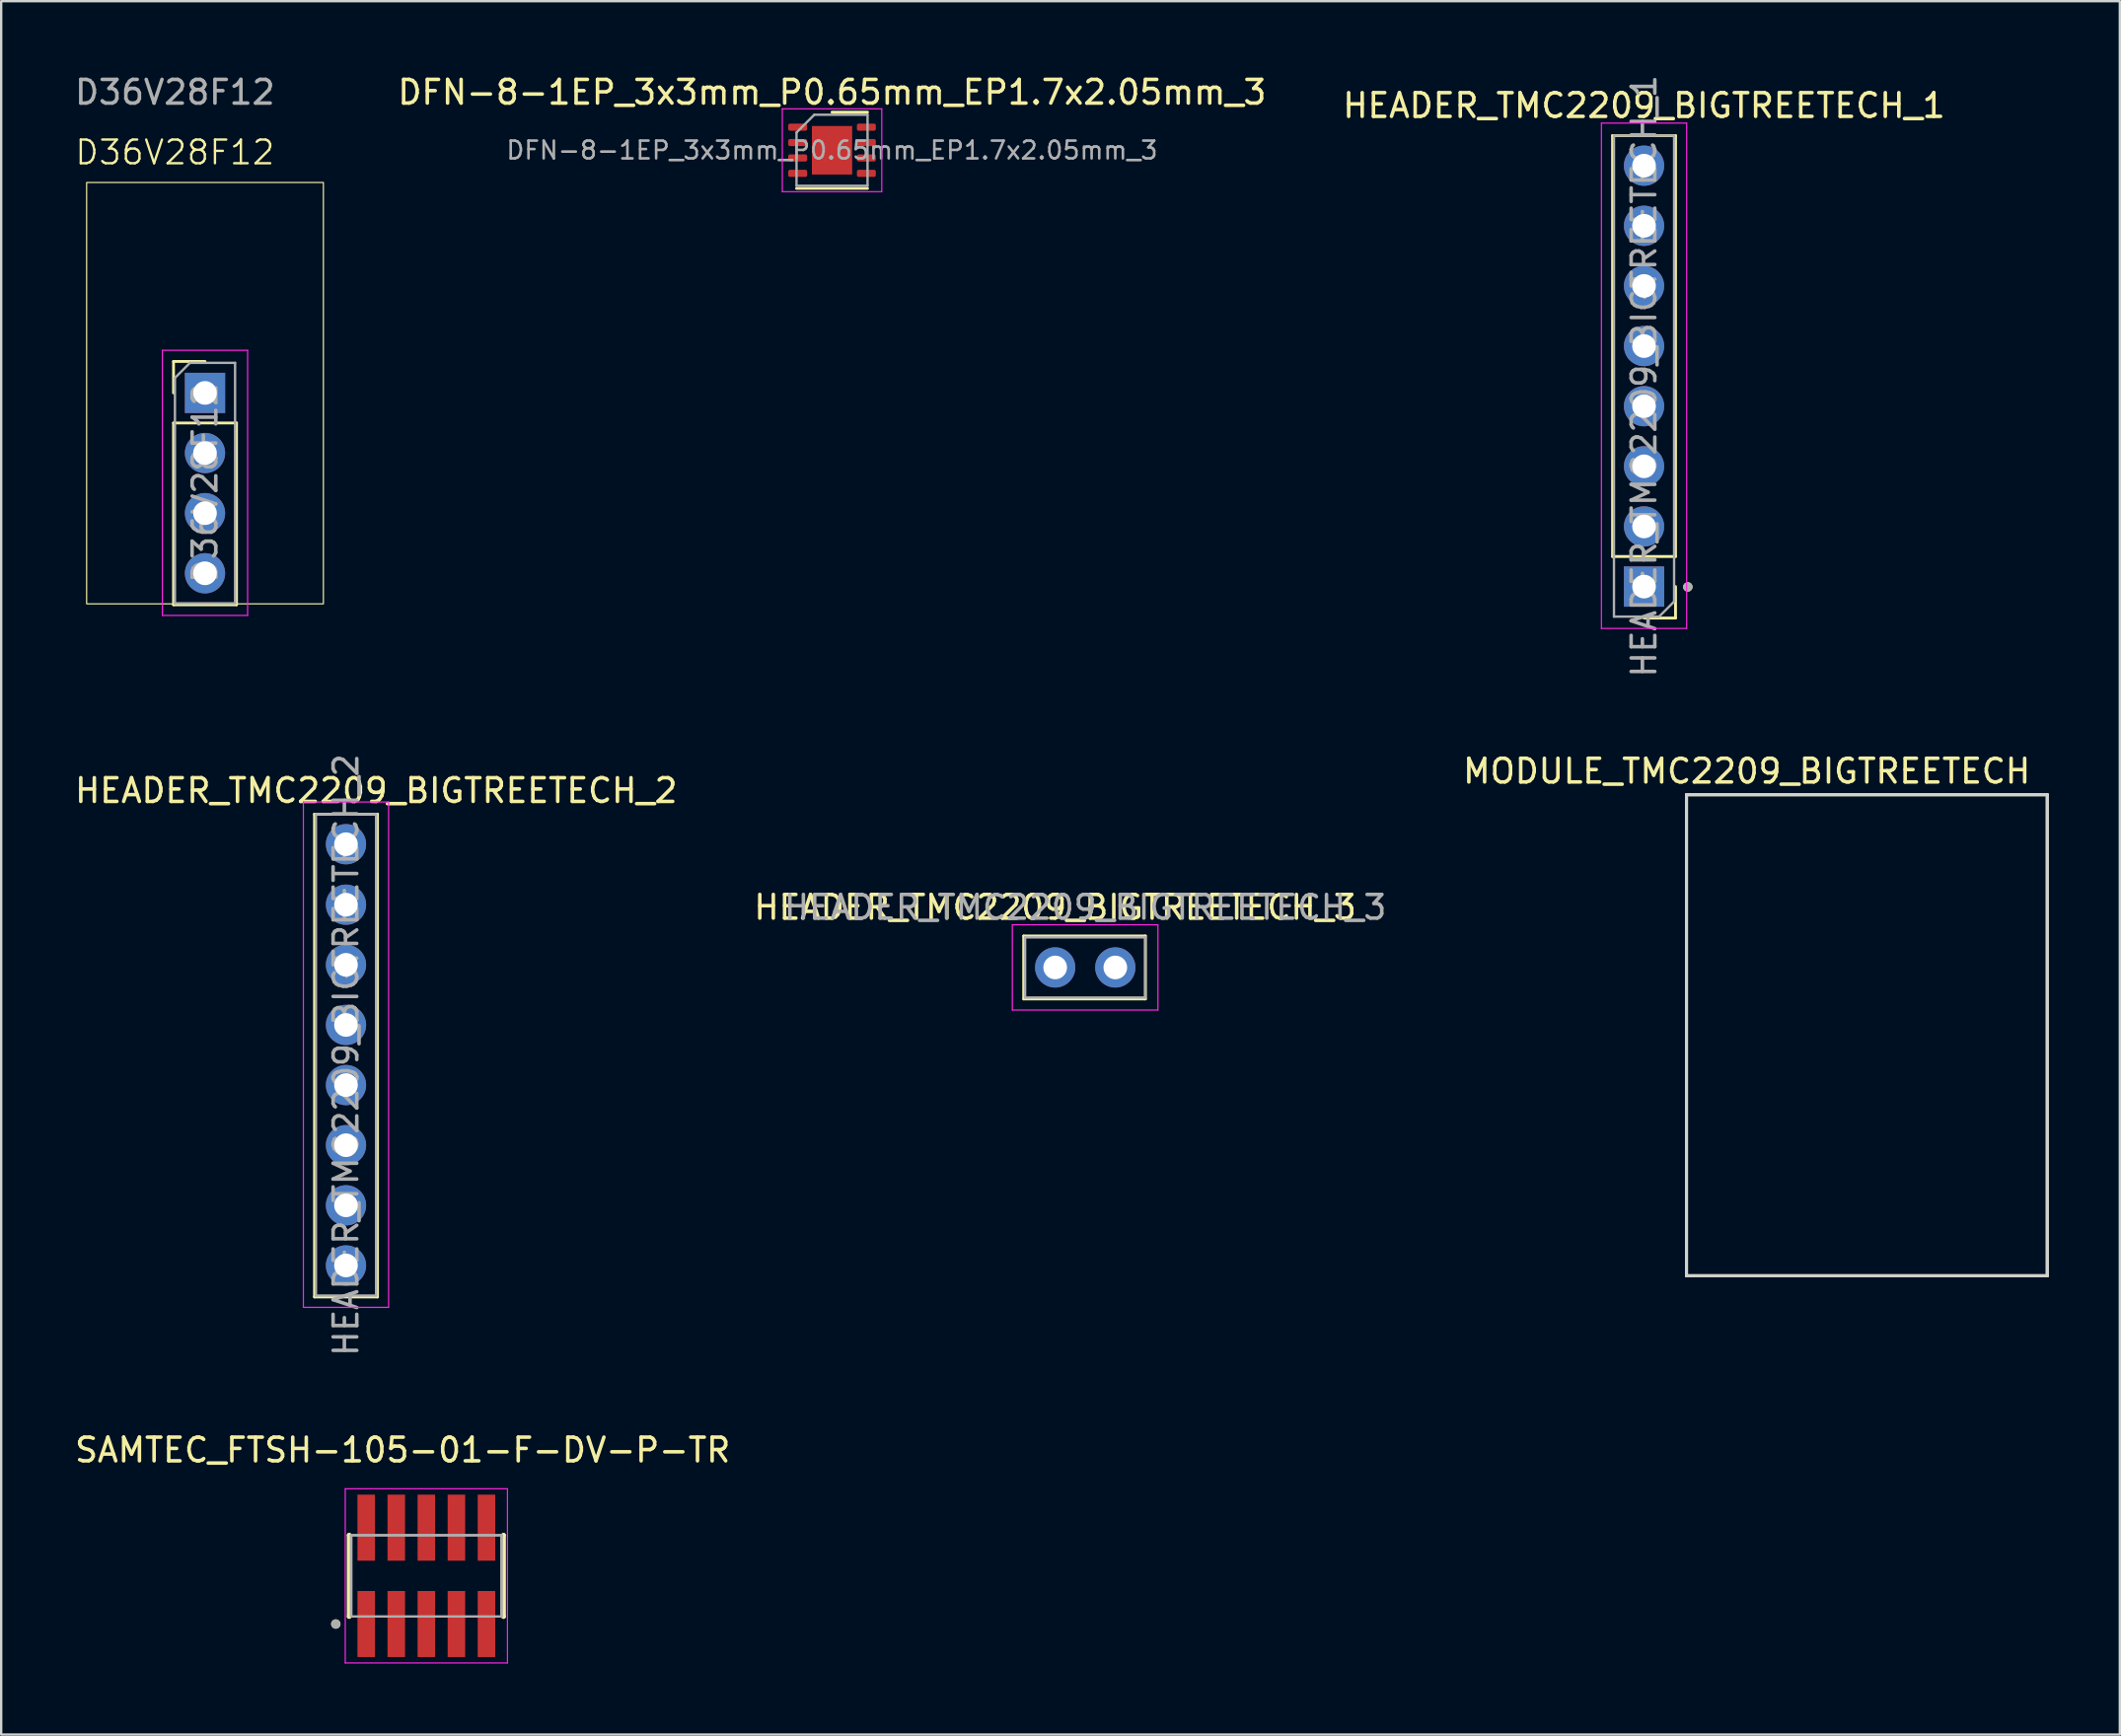
<source format=kicad_pcb>
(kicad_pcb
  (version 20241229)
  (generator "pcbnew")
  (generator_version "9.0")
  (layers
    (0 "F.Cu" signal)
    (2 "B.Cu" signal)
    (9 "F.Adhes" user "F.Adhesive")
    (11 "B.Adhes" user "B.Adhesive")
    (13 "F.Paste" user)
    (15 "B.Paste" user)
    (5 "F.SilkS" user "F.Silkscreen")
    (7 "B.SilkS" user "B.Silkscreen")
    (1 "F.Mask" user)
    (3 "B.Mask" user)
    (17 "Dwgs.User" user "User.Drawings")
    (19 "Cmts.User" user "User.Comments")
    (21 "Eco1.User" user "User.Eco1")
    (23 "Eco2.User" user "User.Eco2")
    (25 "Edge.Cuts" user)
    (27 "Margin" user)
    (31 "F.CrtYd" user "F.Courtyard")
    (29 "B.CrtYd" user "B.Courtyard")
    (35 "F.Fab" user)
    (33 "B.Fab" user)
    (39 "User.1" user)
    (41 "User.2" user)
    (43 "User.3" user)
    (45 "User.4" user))
  (footprint "HEADER_TMC2209_BIGTREETECH_1"
    (layer "F.Cu")
    (at 60.04 12.839)
    (property "Reference" "HEADER_TMC2209_BIGTREETECH_1" (at 6.35 -11.43 0) (layer "F.SilkS") (effects (font (size 1 1) (thickness 0.15))))
    (attr through_hole)
    (fp_line (start 5.02 -10.16) (end 5.02 7.62) (stroke (width 0.12) (type solid)) (layer "F.SilkS"))
    (fp_line (start 5.02 -10.16) (end 7.68 -10.16) (stroke (width 0.12) (type solid)) (layer "F.SilkS"))
    (fp_line (start 5.02 7.62) (end 7.68 7.62) (stroke (width 0.12) (type solid)) (layer "F.SilkS"))
    (fp_line (start 7.68 -10.16) (end 7.68 7.62) (stroke (width 0.12) (type solid)) (layer "F.SilkS"))
    (fp_line (start 7.68 8.89) (end 7.68 10.22) (stroke (width 0.12) (type solid)) (layer "F.SilkS"))
    (fp_line (start 7.68 10.22) (end 6.35 10.22) (stroke (width 0.12) (type solid)) (layer "F.SilkS"))
    (fp_circle (center 8.2 8.905) (end 8.1 8.905) (stroke (width 0.2) (type solid)) (fill no) (layer "F.SilkS"))
    (fp_line (start 4.55 -10.69) (end 4.55 10.66) (stroke (width 0.05) (type solid)) (layer "F.CrtYd"))
    (fp_line (start 4.55 10.66) (end 8.15 10.66) (stroke (width 0.05) (type solid)) (layer "F.CrtYd"))
    (fp_line (start 8.15 -10.69) (end 4.55 -10.69) (stroke (width 0.05) (type solid)) (layer "F.CrtYd"))
    (fp_line (start 8.15 10.66) (end 8.15 -10.69) (stroke (width 0.05) (type solid)) (layer "F.CrtYd"))
    (fp_line (start 5.08 -10.16) (end 7.62 -10.16) (stroke (width 0.1) (type solid)) (layer "F.Fab"))
    (fp_line (start 5.08 10.16) (end 5.08 -10.16) (stroke (width 0.1) (type solid)) (layer "F.Fab"))
    (fp_line (start 6.985 10.16) (end 5.08 10.16) (stroke (width 0.1) (type solid)) (layer "F.Fab"))
    (fp_line (start 7.62 -10.16) (end 7.62 9.525) (stroke (width 0.1) (type solid)) (layer "F.Fab"))
    (fp_line (start 7.62 9.525) (end 6.985 10.16) (stroke (width 0.1) (type solid)) (layer "F.Fab"))
    (fp_circle (center 8.2 8.905) (end 8.1 8.905) (stroke (width 0.2) (type solid)) (fill no) (layer "F.Fab"))
    (fp_text user "${REFERENCE}" (at 6.35 0 90) (layer "F.Fab") (effects (font (size 1 1) (thickness 0.15))))
    (pad "1" thru_hole rect (at 6.35 8.89 180) (size 1.7 1.7) (drill 1) (layers "*.Cu" "*.Mask"))
    (pad "2" thru_hole oval (at 6.35 6.35) (size 1.7 1.7) (drill 1) (layers "*.Cu" "*.Mask"))
    (pad "3" thru_hole oval (at 6.35 3.81) (size 1.7 1.7) (drill 1) (layers "*.Cu" "*.Mask"))
    (pad "4" thru_hole oval (at 6.35 1.27) (size 1.7 1.7) (drill 1) (layers "*.Cu" "*.Mask"))
    (pad "5" thru_hole oval (at 6.35 -1.27) (size 1.7 1.7) (drill 1) (layers "*.Cu" "*.Mask"))
    (pad "6" thru_hole oval (at 6.35 -3.81) (size 1.7 1.7) (drill 1) (layers "*.Cu" "*.Mask"))
    (pad "7" thru_hole oval (at 6.35 -6.35) (size 1.7 1.7) (drill 1) (layers "*.Cu" "*.Mask"))
    (pad "8" thru_hole oval (at 6.35 -8.89) (size 1.7 1.7) (drill 1) (layers "*.Cu" "*.Mask")))
  (footprint "MODULE_TMC2209_BIGTREETECH"
    (layer "F.Cu")
    (at 75.803 40.682)
    (property "Reference" "MODULE_TMC2209_BIGTREETECH" (at -5.075 -11.155 0) (layer "F.SilkS") (effects (font (size 1 1) (thickness 0.15))))
    (attr through_hole)
    (fp_line (start -7.62 -10.16) (end 7.62 -10.16) (stroke (width 0.127) (type solid)) (layer "F.SilkS"))
    (fp_line (start -7.62 10.16) (end -7.62 -10.16) (stroke (width 0.127) (type solid)) (layer "F.SilkS"))
    (fp_line (start 7.62 -10.16) (end 7.62 10.16) (stroke (width 0.127) (type solid)) (layer "F.SilkS"))
    (fp_line (start 7.62 10.16) (end -7.62 10.16) (stroke (width 0.127) (type solid)) (layer "F.SilkS"))
    (fp_line (start -7.62 -10.16) (end 7.62 -10.16) (stroke (width 0.127) (type solid)) (layer "Edge.Cuts"))
    (fp_line (start -7.62 10.16) (end -7.62 -10.16) (stroke (width 0.127) (type solid)) (layer "Edge.Cuts"))
    (fp_line (start 7.62 -10.16) (end 7.62 10.16) (stroke (width 0.127) (type solid)) (layer "Edge.Cuts"))
    (fp_line (start 7.62 10.16) (end -7.62 10.16) (stroke (width 0.127) (type solid)) (layer "Edge.Cuts"))
    (fp_line (start -7.62 -10.16) (end 7.62 -10.16) (stroke (width 0.127) (type solid)) (layer "F.Fab"))
    (fp_line (start -7.62 10.16) (end -7.62 -10.16) (stroke (width 0.127) (type solid)) (layer "F.Fab"))
    (fp_line (start 7.62 -10.16) (end 7.62 10.16) (stroke (width 0.127) (type solid)) (layer "F.Fab"))
    (fp_line (start 7.62 10.16) (end -7.62 10.16) (stroke (width 0.127) (type solid)) (layer "F.Fab")))
  (footprint "HEADER_TMC2209_BIGTREETECH_2"
    (layer "F.Cu")
    (at 17.914 41.503)
    (property "Reference" "HEADER_TMC2209_BIGTREETECH_2" (at -5.075 -11.155 0) (layer "F.SilkS") (effects (font (size 1 1) (thickness 0.15))))
    (attr through_hole)
    (fp_line (start -7.68 -10.16) (end -7.68 10.235) (stroke (width 0.12) (type solid)) (layer "F.SilkS"))
    (fp_line (start -7.68 -10.16) (end -5.02 -10.16) (stroke (width 0.12) (type solid)) (layer "F.SilkS"))
    (fp_line (start -7.68 10.235) (end -5.02 10.235) (stroke (width 0.12) (type solid)) (layer "F.SilkS"))
    (fp_line (start -5.02 -10.16) (end -5.02 10.235) (stroke (width 0.12) (type solid)) (layer "F.SilkS"))
    (fp_line (start -8.15 -10.675) (end -8.15 10.675) (stroke (width 0.05) (type solid)) (layer "F.CrtYd"))
    (fp_line (start -8.15 10.675) (end -4.55 10.675) (stroke (width 0.05) (type solid)) (layer "F.CrtYd"))
    (fp_line (start -4.55 -10.675) (end -8.15 -10.675) (stroke (width 0.05) (type solid)) (layer "F.CrtYd"))
    (fp_line (start -4.55 10.675) (end -4.55 -10.675) (stroke (width 0.05) (type solid)) (layer "F.CrtYd"))
    (fp_line (start -7.62 -10.16) (end -5.08 -10.16) (stroke (width 0.1) (type solid)) (layer "F.Fab"))
    (fp_line (start -7.62 10.175) (end -7.62 -10.16) (stroke (width 0.1) (type solid)) (layer "F.Fab"))
    (fp_line (start -5.08 -10.145) (end -5.08 10.175) (stroke (width 0.1) (type solid)) (layer "F.Fab"))
    (fp_line (start -5.08 10.175) (end -7.62 10.175) (stroke (width 0.1) (type solid)) (layer "F.Fab"))
    (fp_text user "${REFERENCE}" (at -6.35 0.015 90) (layer "F.Fab") (effects (font (size 1 1) (thickness 0.15))))
    (pad "9" thru_hole oval (at -6.35 8.905) (size 1.7 1.7) (drill 1) (layers "*.Cu" "*.Mask"))
    (pad "10" thru_hole oval (at -6.35 6.365) (size 1.7 1.7) (drill 1) (layers "*.Cu" "*.Mask"))
    (pad "11" thru_hole oval (at -6.35 3.825) (size 1.7 1.7) (drill 1) (layers "*.Cu" "*.Mask"))
    (pad "12" thru_hole oval (at -6.35 1.285) (size 1.7 1.7) (drill 1) (layers "*.Cu" "*.Mask"))
    (pad "13" thru_hole oval (at -6.35 -1.255) (size 1.7 1.7) (drill 1) (layers "*.Cu" "*.Mask"))
    (pad "14" thru_hole oval (at -6.35 -3.795) (size 1.7 1.7) (drill 1) (layers "*.Cu" "*.Mask"))
    (pad "15" thru_hole oval (at -6.35 -6.335) (size 1.7 1.7) (drill 1) (layers "*.Cu" "*.Mask"))
    (pad "16" thru_hole oval (at -6.35 -8.89) (size 1.7 1.7) (drill 1) (layers "*.Cu" "*.Mask")))
  (footprint "HEADER_TMC2209_BIGTREETECH_3"
    (layer "F.Cu")
    (at 40.248 28.929)
    (property "Reference" "HEADER_TMC2209_BIGTREETECH_3" (at 1.27 6.35 0) (layer "F.SilkS") (effects (font (size 1 1) (thickness 0.15))))
    (attr through_hole)
    (fp_line (start -0.06 7.56) (end -0.06 10.22) (stroke (width 0.12) (type solid)) (layer "F.SilkS"))
    (fp_line (start 5.08 7.56) (end -0.06 7.56) (stroke (width 0.12) (type solid)) (layer "F.SilkS"))
    (fp_line (start 5.08 7.56) (end 5.08 10.22) (stroke (width 0.12) (type solid)) (layer "F.SilkS"))
    (fp_line (start 5.08 10.22) (end -0.06 10.22) (stroke (width 0.12) (type solid)) (layer "F.SilkS"))
    (fp_line (start -0.54 7.09) (end -0.54 10.69) (stroke (width 0.05) (type solid)) (layer "F.CrtYd"))
    (fp_line (start -0.54 10.69) (end 5.61 10.69) (stroke (width 0.05) (type solid)) (layer "F.CrtYd"))
    (fp_line (start 5.61 7.09) (end -0.54 7.09) (stroke (width 0.05) (type solid)) (layer "F.CrtYd"))
    (fp_line (start 5.61 10.69) (end 5.61 7.09) (stroke (width 0.05) (type solid)) (layer "F.CrtYd"))
    (fp_line (start 0 7.62) (end 5.08 7.62) (stroke (width 0.1) (type solid)) (layer "F.Fab"))
    (fp_line (start 0 10.16) (end 0 7.62) (stroke (width 0.1) (type solid)) (layer "F.Fab"))
    (fp_line (start 5.08 10.16) (end 0 10.16) (stroke (width 0.1) (type solid)) (layer "F.Fab"))
    (fp_line (start 5.08 10.16) (end 5.08 7.62) (stroke (width 0.1) (type solid)) (layer "F.Fab"))
    (fp_text user "${REFERENCE}" (at 2.54 6.35 0) (layer "F.Fab") (effects (font (size 1 1) (thickness 0.15))))
    (pad "17" thru_hole oval (at 3.81 8.89 270) (size 1.7 1.7) (drill 1) (layers "*.Cu" "*.Mask"))
    (pad "18" thru_hole oval (at 1.27 8.89 270) (size 1.7 1.7) (drill 1) (layers "*.Cu" "*.Mask")))
  (footprint "DFN-8-1EP_3x3mm_P0.65mm_EP1.7x2.05mm_3"
    (layer "F.Cu")
    (at 32.093 3.298)
    (property "Reference" "DFN-8-1EP_3x3mm_P0.65mm_EP1.7x2.05mm_3" (at 0 -2.45 0) (layer "F.SilkS") (effects (font (size 1 1) (thickness 0.15))))
    (attr smd)
    (fp_line (start -1.5 1.61) (end 1.5 1.61) (stroke (width 0.12) (type solid)) (layer "F.SilkS"))
    (fp_line (start 0 -1.61) (end 1.5 -1.61) (stroke (width 0.12) (type solid)) (layer "F.SilkS"))
    (fp_line (start -2.1 -1.75) (end -2.1 1.75) (stroke (width 0.05) (type solid)) (layer "F.CrtYd"))
    (fp_line (start -2.1 1.75) (end 2.1 1.75) (stroke (width 0.05) (type solid)) (layer "F.CrtYd"))
    (fp_line (start 2.1 -1.75) (end -2.1 -1.75) (stroke (width 0.05) (type solid)) (layer "F.CrtYd"))
    (fp_line (start 2.1 1.75) (end 2.1 -1.75) (stroke (width 0.05) (type solid)) (layer "F.CrtYd"))
    (fp_line (start -1.5 -0.75) (end -0.75 -1.5) (stroke (width 0.1) (type solid)) (layer "F.Fab"))
    (fp_line (start -1.5 1.5) (end -1.5 -0.75) (stroke (width 0.1) (type solid)) (layer "F.Fab"))
    (fp_line (start -0.75 -1.5) (end 1.5 -1.5) (stroke (width 0.1) (type solid)) (layer "F.Fab"))
    (fp_line (start 1.5 -1.5) (end 1.5 1.5) (stroke (width 0.1) (type solid)) (layer "F.Fab"))
    (fp_line (start 1.5 1.5) (end -1.5 1.5) (stroke (width 0.1) (type solid)) (layer "F.Fab"))
    (fp_text user "${REFERENCE}" (at 0 0 0) (layer "F.Fab") (effects (font (size 0.75 0.75) (thickness 0.11))))
    (pad "" smd roundrect (at -0.425 -0.51) (size 0.69 0.83) (layers "F.Paste") (roundrect_rratio 0.25))
    (pad "" smd roundrect (at -0.425 0.51) (size 0.69 0.83) (layers "F.Paste") (roundrect_rratio 0.25))
    (pad "" smd roundrect (at 0.425 -0.51) (size 0.69 0.83) (layers "F.Paste") (roundrect_rratio 0.25))
    (pad "" smd roundrect (at 0.425 0.51) (size 0.69 0.83) (layers "F.Paste") (roundrect_rratio 0.25))
    (pad "1" smd roundrect (at -1.45 -0.975) (size 0.8 0.3) (layers "F.Cu" "F.Mask" "F.Paste") (roundrect_rratio 0.25))
    (pad "1" smd roundrect (at -1.45 -0.325) (size 0.8 0.3) (layers "F.Cu" "F.Mask" "F.Paste") (roundrect_rratio 0.25))
    (pad "1" smd roundrect (at -1.45 0.325) (size 0.8 0.3) (layers "F.Cu" "F.Mask" "F.Paste") (roundrect_rratio 0.25))
    (pad "2" smd roundrect (at -1.45 0.975) (size 0.8 0.3) (layers "F.Cu" "F.Mask" "F.Paste") (roundrect_rratio 0.25))
    (pad "3" smd rect (at 0 0) (size 1.7 2.05) (layers "F.Cu" "F.Mask"))
    (pad "3" smd roundrect (at 1.45 -0.975) (size 0.8 0.3) (layers "F.Cu" "F.Mask" "F.Paste") (roundrect_rratio 0.25))
    (pad "3" smd roundrect (at 1.45 -0.325) (size 0.8 0.3) (layers "F.Cu" "F.Mask" "F.Paste") (roundrect_rratio 0.25))
    (pad "3" smd roundrect (at 1.45 0.325) (size 0.8 0.3) (layers "F.Cu" "F.Mask" "F.Paste") (roundrect_rratio 0.25))
    (pad "3" smd roundrect (at 1.45 0.975) (size 0.8 0.3) (layers "F.Cu" "F.Mask" "F.Paste") (roundrect_rratio 0.25)))
  (footprint "SAMTEC_FTSH-105-01-F-DV-P-TR"
    (layer "F.Cu")
    (at 14.958 63.52)
    (property "Reference" "SAMTEC_FTSH-105-01-F-DV-P-TR" (at -1 -5.315 0) (layer "F.SilkS") (effects (font (size 1 1) (thickness 0.15))))
    (attr smd)
    (fp_line (start -3.26 -1.715) (end -3.26 -1.715) (stroke (width 0.2) (type solid)) (layer "F.SilkS"))
    (fp_line (start -3.26 1.715) (end -3.26 -1.715) (stroke (width 0.2) (type solid)) (layer "F.SilkS"))
    (fp_line (start -3.26 1.715) (end -3.26 1.715) (stroke (width 0.2) (type solid)) (layer "F.SilkS"))
    (fp_line (start 3.26 -1.715) (end 3.26 -1.715) (stroke (width 0.2) (type solid)) (layer "F.SilkS"))
    (fp_line (start 3.26 -1.715) (end 3.26 1.715) (stroke (width 0.2) (type solid)) (layer "F.SilkS"))
    (fp_line (start 3.26 1.715) (end 3.26 1.715) (stroke (width 0.2) (type solid)) (layer "F.SilkS"))
    (fp_circle (center -3.825 2.035) (end -3.725 2.035) (stroke (width 0.2) (type solid)) (fill no) (layer "F.SilkS"))
    (fp_line (start -3.425 -3.68) (end 3.425 -3.68) (stroke (width 0.05) (type solid)) (layer "F.CrtYd"))
    (fp_line (start -3.425 3.68) (end -3.425 -3.68) (stroke (width 0.05) (type solid)) (layer "F.CrtYd"))
    (fp_line (start 3.425 -3.68) (end 3.425 3.68) (stroke (width 0.05) (type solid)) (layer "F.CrtYd"))
    (fp_line (start 3.425 3.68) (end -3.425 3.68) (stroke (width 0.05) (type solid)) (layer "F.CrtYd"))
    (fp_line (start -3.175 -1.715) (end 3.175 -1.715) (stroke (width 0.1) (type solid)) (layer "F.Fab"))
    (fp_line (start -3.175 -1.715) (end 3.175 -1.715) (stroke (width 0.1) (type solid)) (layer "F.Fab"))
    (fp_line (start -3.175 1.715) (end -3.175 -1.715) (stroke (width 0.1) (type solid)) (layer "F.Fab"))
    (fp_line (start -3.175 1.715) (end -3.175 -1.715) (stroke (width 0.1) (type solid)) (layer "F.Fab"))
    (fp_line (start 3.175 -1.715) (end 3.175 1.715) (stroke (width 0.1) (type solid)) (layer "F.Fab"))
    (fp_line (start 3.175 -1.715) (end 3.175 1.715) (stroke (width 0.1) (type solid)) (layer "F.Fab"))
    (fp_line (start 3.175 1.715) (end -3.175 1.715) (stroke (width 0.1) (type solid)) (layer "F.Fab"))
    (fp_circle (center -3.825 2.035) (end -3.725 2.035) (stroke (width 0.2) (type solid)) (fill no) (layer "F.Fab"))
    (pad "01" smd rect (at -2.54 2.035) (size 0.74 2.79) (layers "F.Cu" "F.Mask" "F.Paste"))
    (pad "02" smd rect (at -2.54 -2.035) (size 0.74 2.79) (layers "F.Cu" "F.Mask" "F.Paste"))
    (pad "03" smd rect (at -1.27 2.035) (size 0.74 2.79) (layers "F.Cu" "F.Mask" "F.Paste"))
    (pad "04" smd rect (at -1.27 -2.035) (size 0.74 2.79) (layers "F.Cu" "F.Mask" "F.Paste"))
    (pad "05" smd rect (at 0 2.035) (size 0.74 2.79) (layers "F.Cu" "F.Mask" "F.Paste"))
    (pad "06" smd rect (at 0 -2.035) (size 0.74 2.79) (layers "F.Cu" "F.Mask" "F.Paste"))
    (pad "07" smd rect (at 1.27 2.035) (size 0.74 2.79) (layers "F.Cu" "F.Mask" "F.Paste"))
    (pad "08" smd rect (at 1.27 -2.035) (size 0.74 2.79) (layers "F.Cu" "F.Mask" "F.Paste"))
    (pad "09" smd rect (at 2.54 2.035) (size 0.74 2.79) (layers "F.Cu" "F.Mask" "F.Paste"))
    (pad "10" smd rect (at 2.54 -2.035) (size 0.74 2.79) (layers "F.Cu" "F.Mask" "F.Paste")))
  (footprint "D36V28F12"
    (layer "F.Cu")
    (at 4.339 7.198)
    (property "Reference" "D36V28F12" (at 0 -3.81 0) (unlocked yes) (layer "F.SilkS") (effects (font (size 1 1) (thickness 0.1))))
    (attr through_hole)
    (fp_line (start -0.06 5.02) (end 1.27 5.02) (stroke (width 0.12) (type solid)) (layer "F.SilkS"))
    (fp_line (start -0.06 6.35) (end -0.06 5.02) (stroke (width 0.12) (type solid)) (layer "F.SilkS"))
    (fp_line (start -0.06 7.62) (end -0.06 15.3) (stroke (width 0.12) (type solid)) (layer "F.SilkS"))
    (fp_line (start -0.06 7.62) (end 2.6 7.62) (stroke (width 0.12) (type solid)) (layer "F.SilkS"))
    (fp_line (start -0.06 15.3) (end 2.6 15.3) (stroke (width 0.12) (type solid)) (layer "F.SilkS"))
    (fp_line (start 2.6 7.62) (end 2.6 15.3) (stroke (width 0.12) (type solid)) (layer "F.SilkS"))
    (fp_rect (start -3.73 15.26) (end 6.27 -2.54) (stroke (width 0.05) (type default)) (fill no) (layer "F.SilkS"))
    (fp_line (start -0.53 4.55) (end -0.53 15.75) (stroke (width 0.05) (type solid)) (layer "F.CrtYd"))
    (fp_line (start -0.53 15.75) (end 3.07 15.75) (stroke (width 0.05) (type solid)) (layer "F.CrtYd"))
    (fp_line (start 3.07 4.55) (end -0.53 4.55) (stroke (width 0.05) (type solid)) (layer "F.CrtYd"))
    (fp_line (start 3.07 15.75) (end 3.07 4.55) (stroke (width 0.05) (type solid)) (layer "F.CrtYd"))
    (fp_line (start 0 5.715) (end 0.635 5.08) (stroke (width 0.1) (type solid)) (layer "F.Fab"))
    (fp_line (start 0 15.24) (end 0 5.715) (stroke (width 0.1) (type solid)) (layer "F.Fab"))
    (fp_line (start 0.635 5.08) (end 2.54 5.08) (stroke (width 0.1) (type solid)) (layer "F.Fab"))
    (fp_line (start 2.54 5.08) (end 2.54 15.24) (stroke (width 0.1) (type solid)) (layer "F.Fab"))
    (fp_line (start 2.54 15.24) (end 0 15.24) (stroke (width 0.1) (type solid)) (layer "F.Fab"))
    (fp_text user "${REFERENCE}" (at 0 -6.35 0) (unlocked yes) (layer "F.Fab") (effects (font (size 1 1) (thickness 0.15))))
    (fp_text user "${REFERENCE}" (at 1.27 10.16 90) (layer "F.Fab") (effects (font (size 1 1) (thickness 0.15))))
    (pad "1" thru_hole rect (at 1.27 6.35) (size 1.7 1.7) (drill 1) (layers "*.Cu" "*.Mask"))
    (pad "2" thru_hole oval (at 1.27 8.89) (size 1.7 1.7) (drill 1) (layers "*.Cu" "*.Mask"))
    (pad "3" thru_hole oval (at 1.27 11.43) (size 1.7 1.7) (drill 1) (layers "*.Cu" "*.Mask"))
    (pad "4" thru_hole oval (at 1.27 13.97) (size 1.7 1.7) (drill 1) (layers "*.Cu" "*.Mask")))
  (gr_rect
    (start -3 -3)
    (end 86.487 70.225)
    (stroke (width 0.1) (type default))
    (fill no)
    (layer "Edge.Cuts")))
</source>
